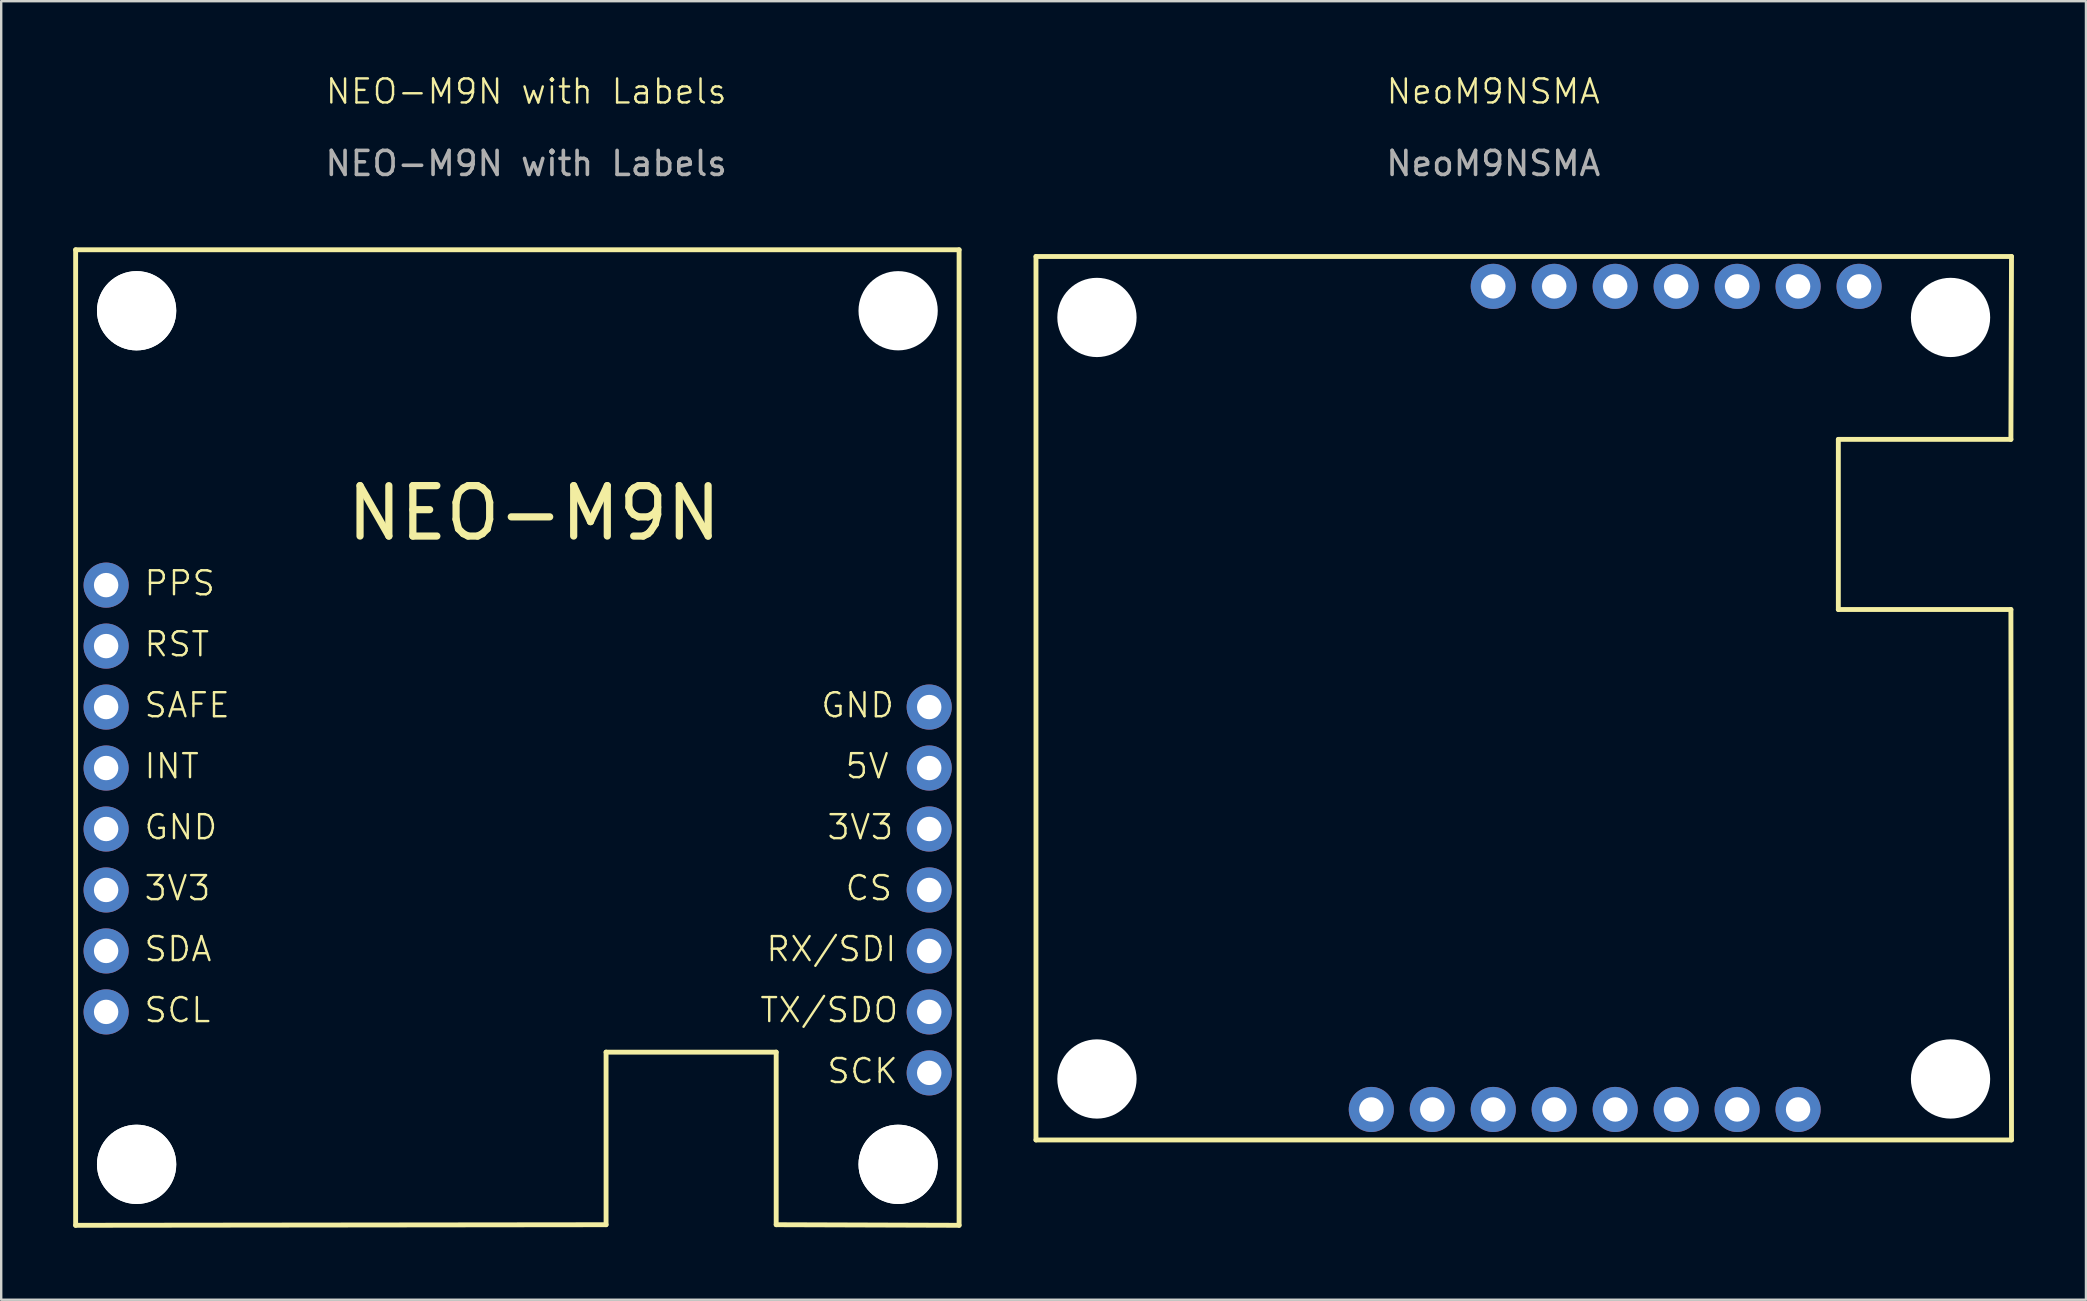
<source format=kicad_pcb>
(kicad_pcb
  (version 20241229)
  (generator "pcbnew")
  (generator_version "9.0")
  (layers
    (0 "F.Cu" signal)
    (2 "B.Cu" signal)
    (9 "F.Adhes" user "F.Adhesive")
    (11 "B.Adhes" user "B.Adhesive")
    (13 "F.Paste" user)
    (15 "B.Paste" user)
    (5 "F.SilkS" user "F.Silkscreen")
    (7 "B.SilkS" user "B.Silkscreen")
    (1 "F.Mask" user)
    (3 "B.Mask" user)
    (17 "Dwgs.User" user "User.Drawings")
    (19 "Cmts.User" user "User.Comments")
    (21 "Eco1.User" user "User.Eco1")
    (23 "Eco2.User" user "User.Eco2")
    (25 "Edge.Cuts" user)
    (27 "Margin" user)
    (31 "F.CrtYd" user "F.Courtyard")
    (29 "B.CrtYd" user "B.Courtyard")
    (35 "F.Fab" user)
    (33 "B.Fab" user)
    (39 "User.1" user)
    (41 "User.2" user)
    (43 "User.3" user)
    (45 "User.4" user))
  (footprint "NEO-M9N with Labels"
    (layer "F.Cu")
    (at 18.872 1.26)
    (property "Reference" "NEO-M9N with Labels" (at 0 -0.5 0) (unlocked yes) (layer "F.SilkS") (effects (font (size 1 1) (thickness 0.1))))
    (attr smd)
    (fp_line (start -18.771 6.096) (end 18.034 6.096) (stroke (width 0.203) (type solid)) (layer "F.SilkS"))
    (fp_line (start -18.771 46.736) (end -18.771 6.096) (stroke (width 0.203) (type solid)) (layer "F.SilkS"))
    (fp_line (start -18.771 46.736) (end 3.327 46.711) (stroke (width 0.203) (type solid)) (layer "F.SilkS"))
    (fp_line (start 3.327 39.522) (end 10.414 39.522) (stroke (width 0.203) (type solid)) (layer "F.SilkS"))
    (fp_line (start 3.327 46.711) (end 3.327 39.522) (stroke (width 0.203) (type solid)) (layer "F.SilkS"))
    (fp_line (start 10.414 39.522) (end 10.414 46.711) (stroke (width 0.203) (type solid)) (layer "F.SilkS"))
    (fp_line (start 10.414 46.711) (end 18.034 46.736) (stroke (width 0.203) (type solid)) (layer "F.SilkS"))
    (fp_line (start 18.034 6.096) (end 18.034 46.736) (stroke (width 0.203) (type solid)) (layer "F.SilkS"))
    (fp_text user "INT" (at -15.977 28.194 0) (unlocked yes) (layer "F.SilkS") (effects (font (size 1 1) (thickness 0.1)) (justify left bottom)))
    (fp_text user "SCK" (at 12.471 40.894 0) (unlocked yes) (layer "F.SilkS") (effects (font (size 1 1) (thickness 0.1)) (justify left bottom)))
    (fp_text user "SCL" (at -15.977 38.354 0) (unlocked yes) (layer "F.SilkS") (effects (font (size 1 1) (thickness 0.1)) (justify left bottom)))
    (fp_text user "5V" (at 13.233 28.194 0) (unlocked yes) (layer "F.SilkS") (effects (font (size 1 1) (thickness 0.1)) (justify left bottom)))
    (fp_text user "PPS" (at -15.977 20.574 0) (unlocked yes) (layer "F.SilkS") (effects (font (size 1 1) (thickness 0.1)) (justify left bottom)))
    (fp_text user "NEO-M9N" (at -7.62 18.294 0) (unlocked yes) (layer "F.SilkS") (effects (font (size 2.1 2.1) (thickness 0.3)) (justify left bottom)))
    (fp_text user "TX/SDO" (at 9.677 38.354 0) (unlocked yes) (layer "F.SilkS") (effects (font (size 1 1) (thickness 0.1)) (justify left bottom)))
    (fp_text user "RX/SDI" (at 9.931 35.814 0) (unlocked yes) (layer "F.SilkS") (effects (font (size 1 1) (thickness 0.1)) (justify left bottom)))
    (fp_text user "GND" (at -15.977 30.734 0) (unlocked yes) (layer "F.SilkS") (effects (font (size 1 1) (thickness 0.1)) (justify left bottom)))
    (fp_text user "SDA" (at -15.977 35.814 0) (unlocked yes) (layer "F.SilkS") (effects (font (size 1 1) (thickness 0.1)) (justify left bottom)))
    (fp_text user "GND" (at 12.217 25.654 0) (unlocked yes) (layer "F.SilkS") (effects (font (size 1 1) (thickness 0.1)) (justify left bottom)))
    (fp_text user "CS" (at 13.233 33.274 0) (unlocked yes) (layer "F.SilkS") (effects (font (size 1 1) (thickness 0.1)) (justify left bottom)))
    (fp_text user "3V3" (at -15.977 33.274 0) (unlocked yes) (layer "F.SilkS") (effects (font (size 1 1) (thickness 0.1)) (justify left bottom)))
    (fp_text user "3V3" (at 12.471 30.734 0) (unlocked yes) (layer "F.SilkS") (effects (font (size 1 1) (thickness 0.1)) (justify left bottom)))
    (fp_text user "RST" (at -15.977 23.114 0) (unlocked yes) (layer "F.SilkS") (effects (font (size 1 1) (thickness 0.1)) (justify left bottom)))
    (fp_text user "SAFE" (at -15.977 25.654 0) (unlocked yes) (layer "F.SilkS") (effects (font (size 1 1) (thickness 0.1)) (justify left bottom)))
    (fp_text user "${REFERENCE}" (at 0 2.5 0) (unlocked yes) (layer "F.Fab") (effects (font (size 1 1) (thickness 0.15))))
    (pad "" np_thru_hole circle (at -16.231 8.636 270) (size 3.302 3.302) (drill 3.302) (layers "*.Cu" "*.Mask"))
    (pad "" np_thru_hole circle (at -16.231 8.636 270) (size 3.302 3.302) (drill 3.302) (layers "*.Cu" "*.Mask"))
    (pad "" np_thru_hole circle (at -16.231 44.196 270) (size 3.302 3.302) (drill 3.302) (layers "*.Cu" "*.Mask"))
    (pad "" np_thru_hole circle (at -16.231 44.196 270) (size 3.302 3.302) (drill 3.302) (layers "*.Cu" "*.Mask"))
    (pad "" np_thru_hole circle (at 15.494 8.636 270) (size 3.302 3.302) (drill 3.302) (layers "*.Cu" "*.Mask"))
    (pad "" np_thru_hole circle (at 15.494 44.196 270) (size 3.302 3.302) (drill 3.302) (layers "*.Cu" "*.Mask"))
    (pad "" np_thru_hole circle (at 15.494 44.196 270) (size 3.302 3.302) (drill 3.302) (layers "*.Cu" "*.Mask"))
    (pad "1" thru_hole circle (at -17.501 20.066 180) (size 1.88 1.88) (drill 1.016) (layers "*.Cu" "*.Mask"))
    (pad "2" thru_hole circle (at -17.501 22.606 180) (size 1.88 1.88) (drill 1.016) (layers "*.Cu" "*.Mask"))
    (pad "3" thru_hole circle (at -17.501 25.146 180) (size 1.88 1.88) (drill 1.016) (layers "*.Cu" "*.Mask"))
    (pad "4" thru_hole circle (at -17.501 27.686 180) (size 1.88 1.88) (drill 1.016) (layers "*.Cu" "*.Mask"))
    (pad "5" thru_hole circle (at -17.501 30.226) (size 1.88 1.88) (drill 1.016) (layers "*.Cu" "*.Mask"))
    (pad "6" thru_hole circle (at -17.501 32.766) (size 1.88 1.88) (drill 1.016) (layers "*.Cu" "*.Mask"))
    (pad "7" thru_hole circle (at -17.501 35.306) (size 1.88 1.88) (drill 1.016) (layers "*.Cu" "*.Mask"))
    (pad "8" thru_hole circle (at -17.501 37.846) (size 1.88 1.88) (drill 1.016) (layers "*.Cu" "*.Mask"))
    (pad "9" thru_hole circle (at 16.789 25.146) (size 1.88 1.88) (drill 1.016) (layers "*.Cu" "*.Mask"))
    (pad "10" thru_hole circle (at 16.789 27.686) (size 1.88 1.88) (drill 1.016) (layers "*.Cu" "*.Mask"))
    (pad "11" thru_hole circle (at 16.789 30.226) (size 1.88 1.88) (drill 1.016) (layers "*.Cu" "*.Mask"))
    (pad "12" thru_hole circle (at 16.789 32.766) (size 1.88 1.88) (drill 1.016) (layers "*.Cu" "*.Mask"))
    (pad "13" thru_hole circle (at 16.789 35.306) (size 1.88 1.88) (drill 1.016) (layers "*.Cu" "*.Mask"))
    (pad "14" thru_hole circle (at 16.789 37.846) (size 1.88 1.88) (drill 1.016) (layers "*.Cu" "*.Mask"))
    (pad "15" thru_hole circle (at 16.789 40.386) (size 1.88 1.88) (drill 1.016) (layers "*.Cu" "*.Mask")))
  (footprint "NeoM9NSMA"
    (layer "F.Cu")
    (at 59.159 1.26)
    (property "Reference" "NeoM9NSMA" (at 0 -0.5 0) (unlocked yes) (layer "F.SilkS") (effects (font (size 1 1) (thickness 0.1))))
    (attr through_hole)
    (fp_line (start -19.05 6.375) (end 21.59 6.375) (stroke (width 0.203) (type solid)) (layer "F.SilkS"))
    (fp_line (start -19.05 43.18) (end -19.05 6.375) (stroke (width 0.203) (type solid)) (layer "F.SilkS"))
    (fp_line (start 14.376 13.995) (end 21.565 13.995) (stroke (width 0.203) (type solid)) (layer "F.SilkS"))
    (fp_line (start 14.376 21.082) (end 14.376 13.995) (stroke (width 0.203) (type solid)) (layer "F.SilkS"))
    (fp_line (start 21.565 13.995) (end 21.59 6.375) (stroke (width 0.203) (type solid)) (layer "F.SilkS"))
    (fp_line (start 21.565 21.082) (end 14.376 21.082) (stroke (width 0.203) (type solid)) (layer "F.SilkS"))
    (fp_line (start 21.59 43.18) (end -19.05 43.18) (stroke (width 0.203) (type solid)) (layer "F.SilkS"))
    (fp_line (start 21.59 43.18) (end 21.565 21.082) (stroke (width 0.203) (type solid)) (layer "F.SilkS"))
    (fp_text user "${REFERENCE}" (at 0 2.5 0) (unlocked yes) (layer "F.Fab") (effects (font (size 1 1) (thickness 0.15))))
    (pad "" np_thru_hole circle (at -16.51 8.915) (size 3.302 3.302) (drill 3.302) (layers "*.Cu" "*.Mask"))
    (pad "" np_thru_hole circle (at -16.51 40.64) (size 3.302 3.302) (drill 3.302) (layers "*.Cu" "*.Mask"))
    (pad "" np_thru_hole circle (at 19.05 8.915) (size 3.302 3.302) (drill 3.302) (layers "*.Cu" "*.Mask"))
    (pad "" np_thru_hole circle (at 19.05 40.64) (size 3.302 3.302) (drill 3.302) (layers "*.Cu" "*.Mask"))
    (pad "1" thru_hole circle (at 0 7.62 90) (size 1.88 1.88) (drill 1.016) (layers "*.Cu" "*.Mask"))
    (pad "1" thru_hole circle (at 2.54 41.91 270) (size 1.88 1.88) (drill 1.016) (layers "*.Cu" "*.Mask"))
    (pad "1" thru_hole circle (at 5.08 41.91 90) (size 1.88 1.88) (drill 1.016) (layers "*.Cu" "*.Mask"))
    (pad "2" thru_hole circle (at 0 41.91 270) (size 1.88 1.88) (drill 1.016) (layers "*.Cu" "*.Mask"))
    (pad "2" thru_hole circle (at 2.54 7.62 90) (size 1.88 1.88) (drill 1.016) (layers "*.Cu" "*.Mask"))
    (pad "2" thru_hole circle (at 7.62 41.91 90) (size 1.88 1.88) (drill 1.016) (layers "*.Cu" "*.Mask"))
    (pad "3" thru_hole circle (at -2.54 41.91 270) (size 1.88 1.88) (drill 1.016) (layers "*.Cu" "*.Mask"))
    (pad "3" thru_hole circle (at 5.08 7.62 90) (size 1.88 1.88) (drill 1.016) (layers "*.Cu" "*.Mask"))
    (pad "3" thru_hole circle (at 10.16 41.91 90) (size 1.88 1.88) (drill 1.016) (layers "*.Cu" "*.Mask"))
    (pad "4" thru_hole circle (at -5.08 41.91 270) (size 1.88 1.88) (drill 1.016) (layers "*.Cu" "*.Mask"))
    (pad "4" thru_hole circle (at 7.62 7.62 90) (size 1.88 1.88) (drill 1.016) (layers "*.Cu" "*.Mask"))
    (pad "4" thru_hole circle (at 12.7 41.91 90) (size 1.88 1.88) (drill 1.016) (layers "*.Cu" "*.Mask"))
    (pad "5" thru_hole circle (at 10.16 7.62 90) (size 1.88 1.88) (drill 1.016) (layers "*.Cu" "*.Mask"))
    (pad "6" thru_hole circle (at 12.7 7.62 90) (size 1.88 1.88) (drill 1.016) (layers "*.Cu" "*.Mask"))
    (pad "7" thru_hole circle (at 15.24 7.62 90) (size 1.88 1.88) (drill 1.016) (layers "*.Cu" "*.Mask")))
  (gr_rect
    (start -3 -3)
    (end 83.851 51.098)
    (stroke (width 0.1) (type default))
    (fill no)
    (layer "Edge.Cuts")))
</source>
